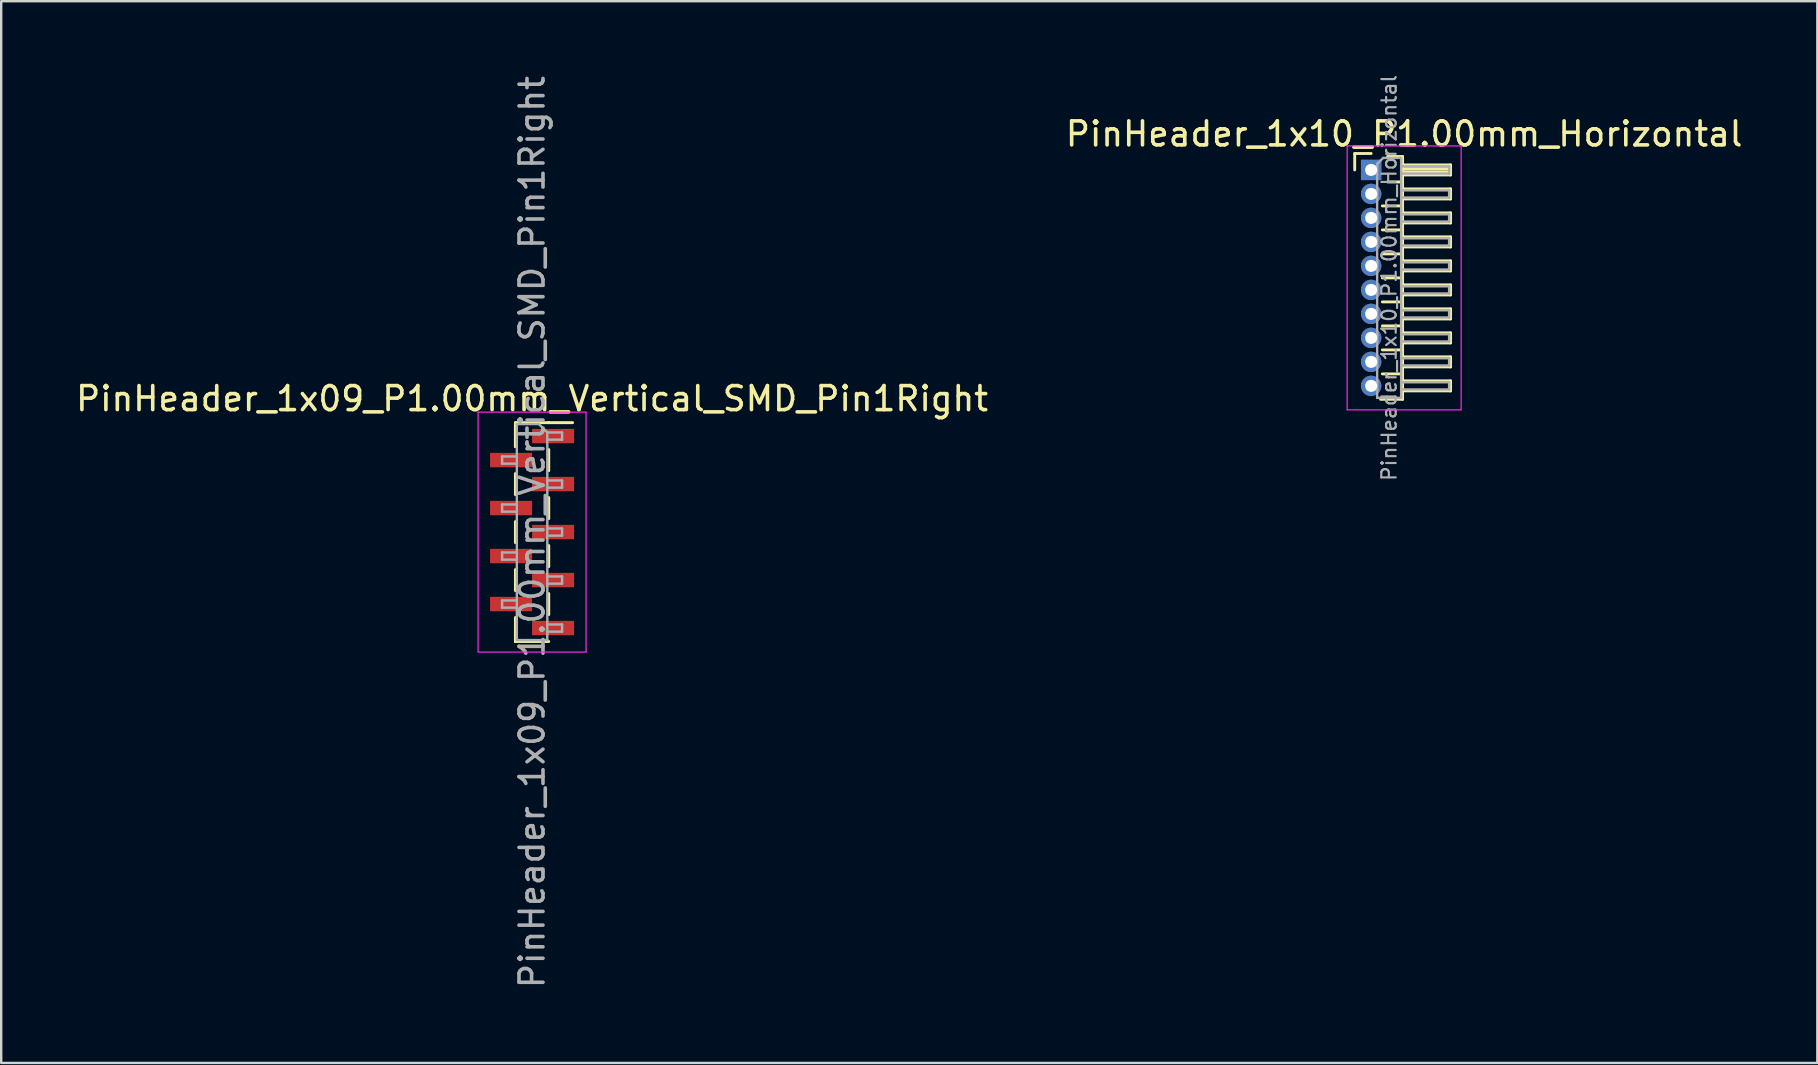
<source format=kicad_pcb>
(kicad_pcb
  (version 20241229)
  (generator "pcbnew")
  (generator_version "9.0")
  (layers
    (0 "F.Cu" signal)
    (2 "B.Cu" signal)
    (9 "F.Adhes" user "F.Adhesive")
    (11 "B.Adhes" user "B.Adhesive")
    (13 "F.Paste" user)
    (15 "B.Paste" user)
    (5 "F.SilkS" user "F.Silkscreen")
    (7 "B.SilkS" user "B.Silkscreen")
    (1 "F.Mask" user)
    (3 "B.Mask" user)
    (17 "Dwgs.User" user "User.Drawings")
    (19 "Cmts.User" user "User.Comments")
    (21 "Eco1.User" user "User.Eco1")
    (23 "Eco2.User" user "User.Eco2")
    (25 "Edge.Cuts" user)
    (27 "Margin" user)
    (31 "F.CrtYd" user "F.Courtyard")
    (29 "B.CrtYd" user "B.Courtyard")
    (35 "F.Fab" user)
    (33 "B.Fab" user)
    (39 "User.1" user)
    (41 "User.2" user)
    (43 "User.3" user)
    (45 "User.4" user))
  (footprint "PinHeader_1x10_P1.00mm_Horizontal"
    (layer "F.Cu")
    (at 54.095 4.032)
    (property "Reference" "PinHeader_1x10_P1.00mm_Horizontal" (at 1.375 -1.5 0) (layer "F.SilkS") (effects (font (size 1 1) (thickness 0.15))))
    (attr through_hole)
    (fp_line (start -0.685 -0.685) (end 0 -0.685) (stroke (width 0.12) (type solid)) (layer "F.SilkS"))
    (fp_line (start -0.685 0) (end -0.685 -0.685) (stroke (width 0.12) (type solid)) (layer "F.SilkS"))
    (fp_line (start 0.468 1.5) (end 1.31 1.5) (stroke (width 0.12) (type solid)) (layer "F.SilkS"))
    (fp_line (start 0.468 2.5) (end 1.31 2.5) (stroke (width 0.12) (type solid)) (layer "F.SilkS"))
    (fp_line (start 0.468 3.5) (end 1.31 3.5) (stroke (width 0.12) (type solid)) (layer "F.SilkS"))
    (fp_line (start 0.468 4.5) (end 1.31 4.5) (stroke (width 0.12) (type solid)) (layer "F.SilkS"))
    (fp_line (start 0.468 5.5) (end 1.31 5.5) (stroke (width 0.12) (type solid)) (layer "F.SilkS"))
    (fp_line (start 0.468 6.5) (end 1.31 6.5) (stroke (width 0.12) (type solid)) (layer "F.SilkS"))
    (fp_line (start 0.468 7.5) (end 1.31 7.5) (stroke (width 0.12) (type solid)) (layer "F.SilkS"))
    (fp_line (start 0.468 8.5) (end 1.31 8.5) (stroke (width 0.12) (type solid)) (layer "F.SilkS"))
    (fp_line (start 0.685 -0.56) (end 1.31 -0.56) (stroke (width 0.12) (type solid)) (layer "F.SilkS"))
    (fp_line (start 0.685 0.5) (end 1.31 0.5) (stroke (width 0.12) (type solid)) (layer "F.SilkS"))
    (fp_line (start 1.31 -0.56) (end 1.31 9.56) (stroke (width 0.12) (type solid)) (layer "F.SilkS"))
    (fp_line (start 1.31 -0.21) (end 3.31 -0.21) (stroke (width 0.12) (type solid)) (layer "F.SilkS"))
    (fp_line (start 1.31 -0.15) (end 3.31 -0.15) (stroke (width 0.12) (type solid)) (layer "F.SilkS"))
    (fp_line (start 1.31 -0.03) (end 3.31 -0.03) (stroke (width 0.12) (type solid)) (layer "F.SilkS"))
    (fp_line (start 1.31 0.09) (end 3.31 0.09) (stroke (width 0.12) (type solid)) (layer "F.SilkS"))
    (fp_line (start 1.31 0.79) (end 3.31 0.79) (stroke (width 0.12) (type solid)) (layer "F.SilkS"))
    (fp_line (start 1.31 1.79) (end 3.31 1.79) (stroke (width 0.12) (type solid)) (layer "F.SilkS"))
    (fp_line (start 1.31 2.79) (end 3.31 2.79) (stroke (width 0.12) (type solid)) (layer "F.SilkS"))
    (fp_line (start 1.31 3.79) (end 3.31 3.79) (stroke (width 0.12) (type solid)) (layer "F.SilkS"))
    (fp_line (start 1.31 4.79) (end 3.31 4.79) (stroke (width 0.12) (type solid)) (layer "F.SilkS"))
    (fp_line (start 1.31 5.79) (end 3.31 5.79) (stroke (width 0.12) (type solid)) (layer "F.SilkS"))
    (fp_line (start 1.31 6.79) (end 3.31 6.79) (stroke (width 0.12) (type solid)) (layer "F.SilkS"))
    (fp_line (start 1.31 7.79) (end 3.31 7.79) (stroke (width 0.12) (type solid)) (layer "F.SilkS"))
    (fp_line (start 1.31 8.79) (end 3.31 8.79) (stroke (width 0.12) (type solid)) (layer "F.SilkS"))
    (fp_line (start 1.31 9.56) (end 0.394 9.56) (stroke (width 0.12) (type solid)) (layer "F.SilkS"))
    (fp_line (start 3.31 -0.21) (end 3.31 0.21) (stroke (width 0.12) (type solid)) (layer "F.SilkS"))
    (fp_line (start 3.31 0.21) (end 1.31 0.21) (stroke (width 0.12) (type solid)) (layer "F.SilkS"))
    (fp_line (start 3.31 0.79) (end 3.31 1.21) (stroke (width 0.12) (type solid)) (layer "F.SilkS"))
    (fp_line (start 3.31 1.21) (end 1.31 1.21) (stroke (width 0.12) (type solid)) (layer "F.SilkS"))
    (fp_line (start 3.31 1.79) (end 3.31 2.21) (stroke (width 0.12) (type solid)) (layer "F.SilkS"))
    (fp_line (start 3.31 2.21) (end 1.31 2.21) (stroke (width 0.12) (type solid)) (layer "F.SilkS"))
    (fp_line (start 3.31 2.79) (end 3.31 3.21) (stroke (width 0.12) (type solid)) (layer "F.SilkS"))
    (fp_line (start 3.31 3.21) (end 1.31 3.21) (stroke (width 0.12) (type solid)) (layer "F.SilkS"))
    (fp_line (start 3.31 3.79) (end 3.31 4.21) (stroke (width 0.12) (type solid)) (layer "F.SilkS"))
    (fp_line (start 3.31 4.21) (end 1.31 4.21) (stroke (width 0.12) (type solid)) (layer "F.SilkS"))
    (fp_line (start 3.31 4.79) (end 3.31 5.21) (stroke (width 0.12) (type solid)) (layer "F.SilkS"))
    (fp_line (start 3.31 5.21) (end 1.31 5.21) (stroke (width 0.12) (type solid)) (layer "F.SilkS"))
    (fp_line (start 3.31 5.79) (end 3.31 6.21) (stroke (width 0.12) (type solid)) (layer "F.SilkS"))
    (fp_line (start 3.31 6.21) (end 1.31 6.21) (stroke (width 0.12) (type solid)) (layer "F.SilkS"))
    (fp_line (start 3.31 6.79) (end 3.31 7.21) (stroke (width 0.12) (type solid)) (layer "F.SilkS"))
    (fp_line (start 3.31 7.21) (end 1.31 7.21) (stroke (width 0.12) (type solid)) (layer "F.SilkS"))
    (fp_line (start 3.31 7.79) (end 3.31 8.21) (stroke (width 0.12) (type solid)) (layer "F.SilkS"))
    (fp_line (start 3.31 8.21) (end 1.31 8.21) (stroke (width 0.12) (type solid)) (layer "F.SilkS"))
    (fp_line (start 3.31 8.79) (end 3.31 9.21) (stroke (width 0.12) (type solid)) (layer "F.SilkS"))
    (fp_line (start 3.31 9.21) (end 1.31 9.21) (stroke (width 0.12) (type solid)) (layer "F.SilkS"))
    (fp_line (start -1 -1) (end -1 10) (stroke (width 0.05) (type solid)) (layer "F.CrtYd"))
    (fp_line (start -1 10) (end 3.75 10) (stroke (width 0.05) (type solid)) (layer "F.CrtYd"))
    (fp_line (start 3.75 -1) (end -1 -1) (stroke (width 0.05) (type solid)) (layer "F.CrtYd"))
    (fp_line (start 3.75 10) (end 3.75 -1) (stroke (width 0.05) (type solid)) (layer "F.CrtYd"))
    (fp_line (start -0.15 -0.15) (end -0.15 0.15) (stroke (width 0.1) (type solid)) (layer "F.Fab"))
    (fp_line (start -0.15 -0.15) (end 0.25 -0.15) (stroke (width 0.1) (type solid)) (layer "F.Fab"))
    (fp_line (start -0.15 0.15) (end 0.25 0.15) (stroke (width 0.1) (type solid)) (layer "F.Fab"))
    (fp_line (start -0.15 0.85) (end -0.15 1.15) (stroke (width 0.1) (type solid)) (layer "F.Fab"))
    (fp_line (start -0.15 0.85) (end 0.25 0.85) (stroke (width 0.1) (type solid)) (layer "F.Fab"))
    (fp_line (start -0.15 1.15) (end 0.25 1.15) (stroke (width 0.1) (type solid)) (layer "F.Fab"))
    (fp_line (start -0.15 1.85) (end -0.15 2.15) (stroke (width 0.1) (type solid)) (layer "F.Fab"))
    (fp_line (start -0.15 1.85) (end 0.25 1.85) (stroke (width 0.1) (type solid)) (layer "F.Fab"))
    (fp_line (start -0.15 2.15) (end 0.25 2.15) (stroke (width 0.1) (type solid)) (layer "F.Fab"))
    (fp_line (start -0.15 2.85) (end -0.15 3.15) (stroke (width 0.1) (type solid)) (layer "F.Fab"))
    (fp_line (start -0.15 2.85) (end 0.25 2.85) (stroke (width 0.1) (type solid)) (layer "F.Fab"))
    (fp_line (start -0.15 3.15) (end 0.25 3.15) (stroke (width 0.1) (type solid)) (layer "F.Fab"))
    (fp_line (start -0.15 3.85) (end -0.15 4.15) (stroke (width 0.1) (type solid)) (layer "F.Fab"))
    (fp_line (start -0.15 3.85) (end 0.25 3.85) (stroke (width 0.1) (type solid)) (layer "F.Fab"))
    (fp_line (start -0.15 4.15) (end 0.25 4.15) (stroke (width 0.1) (type solid)) (layer "F.Fab"))
    (fp_line (start -0.15 4.85) (end -0.15 5.15) (stroke (width 0.1) (type solid)) (layer "F.Fab"))
    (fp_line (start -0.15 4.85) (end 0.25 4.85) (stroke (width 0.1) (type solid)) (layer "F.Fab"))
    (fp_line (start -0.15 5.15) (end 0.25 5.15) (stroke (width 0.1) (type solid)) (layer "F.Fab"))
    (fp_line (start -0.15 5.85) (end -0.15 6.15) (stroke (width 0.1) (type solid)) (layer "F.Fab"))
    (fp_line (start -0.15 5.85) (end 0.25 5.85) (stroke (width 0.1) (type solid)) (layer "F.Fab"))
    (fp_line (start -0.15 6.15) (end 0.25 6.15) (stroke (width 0.1) (type solid)) (layer "F.Fab"))
    (fp_line (start -0.15 6.85) (end -0.15 7.15) (stroke (width 0.1) (type solid)) (layer "F.Fab"))
    (fp_line (start -0.15 6.85) (end 0.25 6.85) (stroke (width 0.1) (type solid)) (layer "F.Fab"))
    (fp_line (start -0.15 7.15) (end 0.25 7.15) (stroke (width 0.1) (type solid)) (layer "F.Fab"))
    (fp_line (start -0.15 7.85) (end -0.15 8.15) (stroke (width 0.1) (type solid)) (layer "F.Fab"))
    (fp_line (start -0.15 7.85) (end 0.25 7.85) (stroke (width 0.1) (type solid)) (layer "F.Fab"))
    (fp_line (start -0.15 8.15) (end 0.25 8.15) (stroke (width 0.1) (type solid)) (layer "F.Fab"))
    (fp_line (start -0.15 8.85) (end -0.15 9.15) (stroke (width 0.1) (type solid)) (layer "F.Fab"))
    (fp_line (start -0.15 8.85) (end 0.25 8.85) (stroke (width 0.1) (type solid)) (layer "F.Fab"))
    (fp_line (start -0.15 9.15) (end 0.25 9.15) (stroke (width 0.1) (type solid)) (layer "F.Fab"))
    (fp_line (start 0.25 -0.25) (end 0.5 -0.5) (stroke (width 0.1) (type solid)) (layer "F.Fab"))
    (fp_line (start 0.25 9.5) (end 0.25 -0.25) (stroke (width 0.1) (type solid)) (layer "F.Fab"))
    (fp_line (start 0.5 -0.5) (end 1.25 -0.5) (stroke (width 0.1) (type solid)) (layer "F.Fab"))
    (fp_line (start 1.25 -0.5) (end 1.25 9.5) (stroke (width 0.1) (type solid)) (layer "F.Fab"))
    (fp_line (start 1.25 -0.15) (end 3.25 -0.15) (stroke (width 0.1) (type solid)) (layer "F.Fab"))
    (fp_line (start 1.25 0.15) (end 3.25 0.15) (stroke (width 0.1) (type solid)) (layer "F.Fab"))
    (fp_line (start 1.25 0.85) (end 3.25 0.85) (stroke (width 0.1) (type solid)) (layer "F.Fab"))
    (fp_line (start 1.25 1.15) (end 3.25 1.15) (stroke (width 0.1) (type solid)) (layer "F.Fab"))
    (fp_line (start 1.25 1.85) (end 3.25 1.85) (stroke (width 0.1) (type solid)) (layer "F.Fab"))
    (fp_line (start 1.25 2.15) (end 3.25 2.15) (stroke (width 0.1) (type solid)) (layer "F.Fab"))
    (fp_line (start 1.25 2.85) (end 3.25 2.85) (stroke (width 0.1) (type solid)) (layer "F.Fab"))
    (fp_line (start 1.25 3.15) (end 3.25 3.15) (stroke (width 0.1) (type solid)) (layer "F.Fab"))
    (fp_line (start 1.25 3.85) (end 3.25 3.85) (stroke (width 0.1) (type solid)) (layer "F.Fab"))
    (fp_line (start 1.25 4.15) (end 3.25 4.15) (stroke (width 0.1) (type solid)) (layer "F.Fab"))
    (fp_line (start 1.25 4.85) (end 3.25 4.85) (stroke (width 0.1) (type solid)) (layer "F.Fab"))
    (fp_line (start 1.25 5.15) (end 3.25 5.15) (stroke (width 0.1) (type solid)) (layer "F.Fab"))
    (fp_line (start 1.25 5.85) (end 3.25 5.85) (stroke (width 0.1) (type solid)) (layer "F.Fab"))
    (fp_line (start 1.25 6.15) (end 3.25 6.15) (stroke (width 0.1) (type solid)) (layer "F.Fab"))
    (fp_line (start 1.25 6.85) (end 3.25 6.85) (stroke (width 0.1) (type solid)) (layer "F.Fab"))
    (fp_line (start 1.25 7.15) (end 3.25 7.15) (stroke (width 0.1) (type solid)) (layer "F.Fab"))
    (fp_line (start 1.25 7.85) (end 3.25 7.85) (stroke (width 0.1) (type solid)) (layer "F.Fab"))
    (fp_line (start 1.25 8.15) (end 3.25 8.15) (stroke (width 0.1) (type solid)) (layer "F.Fab"))
    (fp_line (start 1.25 8.85) (end 3.25 8.85) (stroke (width 0.1) (type solid)) (layer "F.Fab"))
    (fp_line (start 1.25 9.15) (end 3.25 9.15) (stroke (width 0.1) (type solid)) (layer "F.Fab"))
    (fp_line (start 1.25 9.5) (end 0.25 9.5) (stroke (width 0.1) (type solid)) (layer "F.Fab"))
    (fp_line (start 3.25 -0.15) (end 3.25 0.15) (stroke (width 0.1) (type solid)) (layer "F.Fab"))
    (fp_line (start 3.25 0.85) (end 3.25 1.15) (stroke (width 0.1) (type solid)) (layer "F.Fab"))
    (fp_line (start 3.25 1.85) (end 3.25 2.15) (stroke (width 0.1) (type solid)) (layer "F.Fab"))
    (fp_line (start 3.25 2.85) (end 3.25 3.15) (stroke (width 0.1) (type solid)) (layer "F.Fab"))
    (fp_line (start 3.25 3.85) (end 3.25 4.15) (stroke (width 0.1) (type solid)) (layer "F.Fab"))
    (fp_line (start 3.25 4.85) (end 3.25 5.15) (stroke (width 0.1) (type solid)) (layer "F.Fab"))
    (fp_line (start 3.25 5.85) (end 3.25 6.15) (stroke (width 0.1) (type solid)) (layer "F.Fab"))
    (fp_line (start 3.25 6.85) (end 3.25 7.15) (stroke (width 0.1) (type solid)) (layer "F.Fab"))
    (fp_line (start 3.25 7.85) (end 3.25 8.15) (stroke (width 0.1) (type solid)) (layer "F.Fab"))
    (fp_line (start 3.25 8.85) (end 3.25 9.15) (stroke (width 0.1) (type solid)) (layer "F.Fab"))
    (fp_text user "${REFERENCE}" (at 0.75 4.5 90) (layer "F.Fab") (effects (font (size 0.6 0.6) (thickness 0.09))))
    (pad "1" thru_hole rect (at 0 0) (size 0.85 0.85) (drill 0.5) (layers "*.Cu" "*.Mask"))
    (pad "2" thru_hole oval (at 0 1) (size 0.85 0.85) (drill 0.5) (layers "*.Cu" "*.Mask"))
    (pad "3" thru_hole oval (at 0 2) (size 0.85 0.85) (drill 0.5) (layers "*.Cu" "*.Mask"))
    (pad "4" thru_hole oval (at 0 3) (size 0.85 0.85) (drill 0.5) (layers "*.Cu" "*.Mask"))
    (pad "5" thru_hole oval (at 0 4) (size 0.85 0.85) (drill 0.5) (layers "*.Cu" "*.Mask"))
    (pad "6" thru_hole oval (at 0 5) (size 0.85 0.85) (drill 0.5) (layers "*.Cu" "*.Mask"))
    (pad "7" thru_hole oval (at 0 6) (size 0.85 0.85) (drill 0.5) (layers "*.Cu" "*.Mask"))
    (pad "8" thru_hole oval (at 0 7) (size 0.85 0.85) (drill 0.5) (layers "*.Cu" "*.Mask"))
    (pad "9" thru_hole oval (at 0 8) (size 0.85 0.85) (drill 0.5) (layers "*.Cu" "*.Mask"))
    (pad "10" thru_hole oval (at 0 9) (size 0.85 0.85) (drill 0.5) (layers "*.Cu" "*.Mask")))
  (footprint "PinHeader_1x09_P1.00mm_Vertical_SMD_Pin1Right"
    (layer "F.Cu")
    (at 19.125 19.125)
    (property "Reference" "PinHeader_1x09_P1.00mm_Vertical_SMD_Pin1Right" (at 0 -5.56 0) (layer "F.SilkS") (effects (font (size 1 1) (thickness 0.15))))
    (attr smd)
    (fp_line (start -0.695 -4.56) (end -0.695 -3.56) (stroke (width 0.12) (type solid)) (layer "F.SilkS"))
    (fp_line (start -0.695 -4.56) (end 0.695 -4.56) (stroke (width 0.12) (type solid)) (layer "F.SilkS"))
    (fp_line (start -0.695 -4.44) (end -0.695 -3.56) (stroke (width 0.12) (type solid)) (layer "F.SilkS"))
    (fp_line (start -0.695 -2.44) (end -0.695 -1.56) (stroke (width 0.12) (type solid)) (layer "F.SilkS"))
    (fp_line (start -0.695 -0.44) (end -0.695 0.44) (stroke (width 0.12) (type solid)) (layer "F.SilkS"))
    (fp_line (start -0.695 1.56) (end -0.695 2.44) (stroke (width 0.12) (type solid)) (layer "F.SilkS"))
    (fp_line (start -0.695 3.56) (end -0.695 4.56) (stroke (width 0.12) (type solid)) (layer "F.SilkS"))
    (fp_line (start -0.695 4.56) (end -0.695 4.56) (stroke (width 0.12) (type solid)) (layer "F.SilkS"))
    (fp_line (start -0.695 4.56) (end 0.695 4.56) (stroke (width 0.12) (type solid)) (layer "F.SilkS"))
    (fp_line (start 0.695 -4.56) (end 0.695 -4.56) (stroke (width 0.12) (type solid)) (layer "F.SilkS"))
    (fp_line (start 0.695 -4.56) (end 1.69 -4.56) (stroke (width 0.12) (type solid)) (layer "F.SilkS"))
    (fp_line (start 0.695 -3.44) (end 0.695 -2.56) (stroke (width 0.12) (type solid)) (layer "F.SilkS"))
    (fp_line (start 0.695 -1.44) (end 0.695 -0.56) (stroke (width 0.12) (type solid)) (layer "F.SilkS"))
    (fp_line (start 0.695 0.56) (end 0.695 1.44) (stroke (width 0.12) (type solid)) (layer "F.SilkS"))
    (fp_line (start 0.695 2.56) (end 0.695 3.44) (stroke (width 0.12) (type solid)) (layer "F.SilkS"))
    (fp_line (start -2.25 -5) (end -2.25 5) (stroke (width 0.05) (type solid)) (layer "F.CrtYd"))
    (fp_line (start -2.25 5) (end 2.25 5) (stroke (width 0.05) (type solid)) (layer "F.CrtYd"))
    (fp_line (start 2.25 -5) (end -2.25 -5) (stroke (width 0.05) (type solid)) (layer "F.CrtYd"))
    (fp_line (start 2.25 5) (end 2.25 -5) (stroke (width 0.05) (type solid)) (layer "F.CrtYd"))
    (fp_line (start -1.25 -3.15) (end -1.25 -2.85) (stroke (width 0.1) (type solid)) (layer "F.Fab"))
    (fp_line (start -1.25 -2.85) (end -0.635 -2.85) (stroke (width 0.1) (type solid)) (layer "F.Fab"))
    (fp_line (start -1.25 -1.15) (end -1.25 -0.85) (stroke (width 0.1) (type solid)) (layer "F.Fab"))
    (fp_line (start -1.25 -0.85) (end -0.635 -0.85) (stroke (width 0.1) (type solid)) (layer "F.Fab"))
    (fp_line (start -1.25 0.85) (end -1.25 1.15) (stroke (width 0.1) (type solid)) (layer "F.Fab"))
    (fp_line (start -1.25 1.15) (end -0.635 1.15) (stroke (width 0.1) (type solid)) (layer "F.Fab"))
    (fp_line (start -1.25 2.85) (end -1.25 3.15) (stroke (width 0.1) (type solid)) (layer "F.Fab"))
    (fp_line (start -1.25 3.15) (end -0.635 3.15) (stroke (width 0.1) (type solid)) (layer "F.Fab"))
    (fp_line (start -0.635 -4.5) (end -0.635 4.5) (stroke (width 0.1) (type solid)) (layer "F.Fab"))
    (fp_line (start -0.635 -4.5) (end 0.285 -4.5) (stroke (width 0.1) (type solid)) (layer "F.Fab"))
    (fp_line (start -0.635 -3.15) (end -1.25 -3.15) (stroke (width 0.1) (type solid)) (layer "F.Fab"))
    (fp_line (start -0.635 -1.15) (end -1.25 -1.15) (stroke (width 0.1) (type solid)) (layer "F.Fab"))
    (fp_line (start -0.635 0.85) (end -1.25 0.85) (stroke (width 0.1) (type solid)) (layer "F.Fab"))
    (fp_line (start -0.635 2.85) (end -1.25 2.85) (stroke (width 0.1) (type solid)) (layer "F.Fab"))
    (fp_line (start 0.635 -4.15) (end 0.285 -4.5) (stroke (width 0.1) (type solid)) (layer "F.Fab"))
    (fp_line (start 0.635 -4.15) (end 1.25 -4.15) (stroke (width 0.1) (type solid)) (layer "F.Fab"))
    (fp_line (start 0.635 -2.15) (end 1.25 -2.15) (stroke (width 0.1) (type solid)) (layer "F.Fab"))
    (fp_line (start 0.635 -0.15) (end 1.25 -0.15) (stroke (width 0.1) (type solid)) (layer "F.Fab"))
    (fp_line (start 0.635 1.85) (end 1.25 1.85) (stroke (width 0.1) (type solid)) (layer "F.Fab"))
    (fp_line (start 0.635 3.85) (end 1.25 3.85) (stroke (width 0.1) (type solid)) (layer "F.Fab"))
    (fp_line (start 0.635 4.5) (end -0.635 4.5) (stroke (width 0.1) (type solid)) (layer "F.Fab"))
    (fp_line (start 0.635 4.5) (end 0.635 -4.15) (stroke (width 0.1) (type solid)) (layer "F.Fab"))
    (fp_line (start 1.25 -4.15) (end 1.25 -3.85) (stroke (width 0.1) (type solid)) (layer "F.Fab"))
    (fp_line (start 1.25 -3.85) (end 0.635 -3.85) (stroke (width 0.1) (type solid)) (layer "F.Fab"))
    (fp_line (start 1.25 -2.15) (end 1.25 -1.85) (stroke (width 0.1) (type solid)) (layer "F.Fab"))
    (fp_line (start 1.25 -1.85) (end 0.635 -1.85) (stroke (width 0.1) (type solid)) (layer "F.Fab"))
    (fp_line (start 1.25 -0.15) (end 1.25 0.15) (stroke (width 0.1) (type solid)) (layer "F.Fab"))
    (fp_line (start 1.25 0.15) (end 0.635 0.15) (stroke (width 0.1) (type solid)) (layer "F.Fab"))
    (fp_line (start 1.25 1.85) (end 1.25 2.15) (stroke (width 0.1) (type solid)) (layer "F.Fab"))
    (fp_line (start 1.25 2.15) (end 0.635 2.15) (stroke (width 0.1) (type solid)) (layer "F.Fab"))
    (fp_line (start 1.25 3.85) (end 1.25 4.15) (stroke (width 0.1) (type solid)) (layer "F.Fab"))
    (fp_line (start 1.25 4.15) (end 0.635 4.15) (stroke (width 0.1) (type solid)) (layer "F.Fab"))
    (fp_text user "${REFERENCE}" (at 0 0 90) (layer "F.Fab") (effects (font (size 1 1) (thickness 0.15))))
    (pad "1" smd rect (at 0.875 -4) (size 1.75 0.6) (layers "F.Cu" "F.Mask" "F.Paste"))
    (pad "2" smd rect (at -0.875 -3) (size 1.75 0.6) (layers "F.Cu" "F.Mask" "F.Paste"))
    (pad "3" smd rect (at 0.875 -2) (size 1.75 0.6) (layers "F.Cu" "F.Mask" "F.Paste"))
    (pad "4" smd rect (at -0.875 -1) (size 1.75 0.6) (layers "F.Cu" "F.Mask" "F.Paste"))
    (pad "5" smd rect (at 0.875 0) (size 1.75 0.6) (layers "F.Cu" "F.Mask" "F.Paste"))
    (pad "6" smd rect (at -0.875 1) (size 1.75 0.6) (layers "F.Cu" "F.Mask" "F.Paste"))
    (pad "7" smd rect (at 0.875 2) (size 1.75 0.6) (layers "F.Cu" "F.Mask" "F.Paste"))
    (pad "8" smd rect (at -0.875 3) (size 1.75 0.6) (layers "F.Cu" "F.Mask" "F.Paste"))
    (pad "9" smd rect (at 0.875 4) (size 1.75 0.6) (layers "F.Cu" "F.Mask" "F.Paste")))
  (gr_rect
    (start -3 -3)
    (end 72.69 41.25)
    (stroke (width 0.1) (type default))
    (fill no)
    (layer "Edge.Cuts")))
</source>
